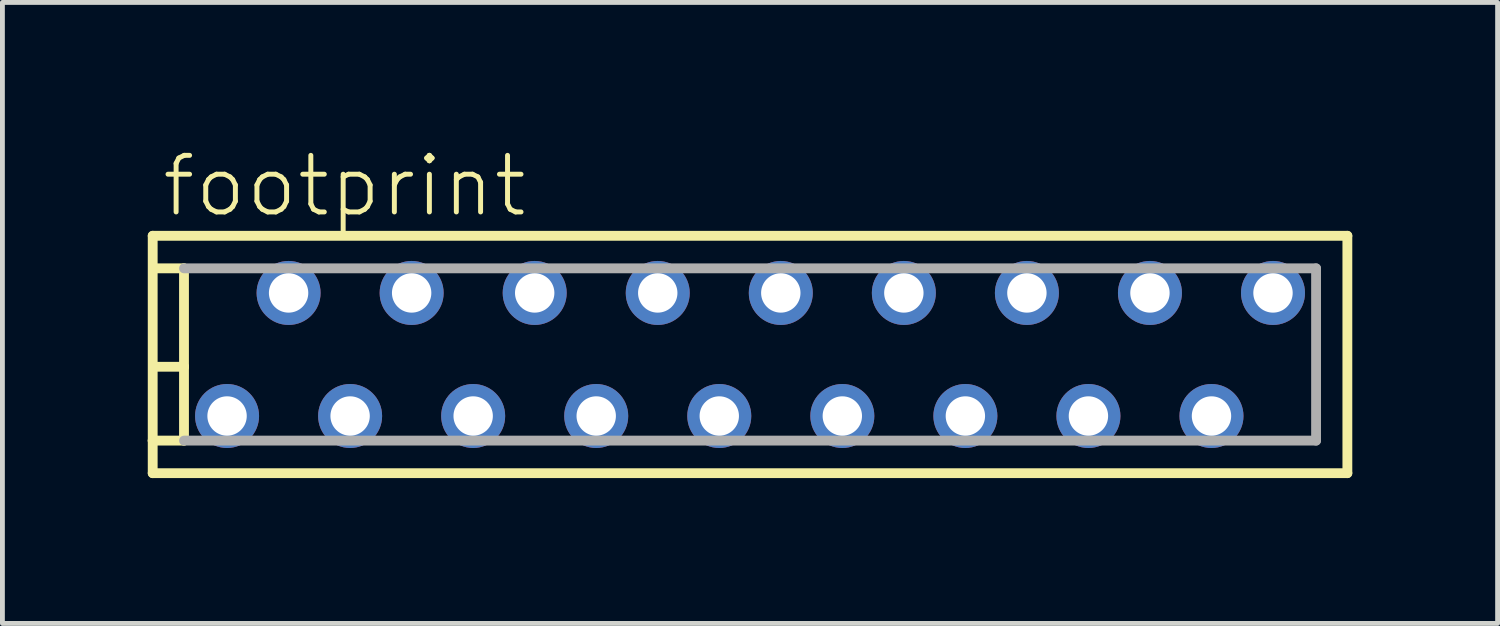
<source format=kicad_pcb>
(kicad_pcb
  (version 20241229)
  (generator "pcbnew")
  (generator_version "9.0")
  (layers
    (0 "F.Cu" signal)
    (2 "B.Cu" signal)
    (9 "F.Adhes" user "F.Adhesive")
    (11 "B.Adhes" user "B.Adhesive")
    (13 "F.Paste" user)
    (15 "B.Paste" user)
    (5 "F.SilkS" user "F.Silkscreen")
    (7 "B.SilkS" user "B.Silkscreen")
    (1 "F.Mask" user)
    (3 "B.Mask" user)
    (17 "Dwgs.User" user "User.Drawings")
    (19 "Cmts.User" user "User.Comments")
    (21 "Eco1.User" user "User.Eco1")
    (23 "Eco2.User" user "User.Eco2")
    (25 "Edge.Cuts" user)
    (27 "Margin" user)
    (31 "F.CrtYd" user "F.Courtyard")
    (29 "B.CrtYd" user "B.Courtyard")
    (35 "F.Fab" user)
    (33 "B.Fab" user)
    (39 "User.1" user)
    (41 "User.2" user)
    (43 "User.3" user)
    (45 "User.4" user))
  (footprint "footprint"
    (layer "F.Cu")
    (at 12.432 4.267)
    (property "Reference" "footprint" (at -12.192 -2.794 0) (layer "F.SilkS") (effects (font (size 1.168 1.168) (thickness 0.102)) (justify left bottom)))
    (fp_line (start -12.33 -2.45) (end -12.33 1.778) (stroke (width 0.203) (type solid)) (layer "F.SilkS"))
    (fp_line (start -12.33 1.778) (end -12.33 2.45) (stroke (width 0.203) (type solid)) (layer "F.SilkS"))
    (fp_line (start -12.33 2.45) (end 12.33 2.45) (stroke (width 0.203) (type solid)) (layer "F.SilkS"))
    (fp_line (start -12.319 -1.778) (end -11.684 -1.778) (stroke (width 0.203) (type solid)) (layer "F.SilkS"))
    (fp_line (start -12.319 0.254) (end -11.684 0.254) (stroke (width 0.203) (type solid)) (layer "F.SilkS"))
    (fp_line (start -11.684 -1.778) (end -11.684 0.254) (stroke (width 0.203) (type solid)) (layer "F.SilkS"))
    (fp_line (start -11.684 0.254) (end -11.684 1.778) (stroke (width 0.203) (type solid)) (layer "F.SilkS"))
    (fp_line (start -11.684 1.778) (end -12.33 1.778) (stroke (width 0.203) (type solid)) (layer "F.SilkS"))
    (fp_line (start 12.33 -2.45) (end -12.33 -2.45) (stroke (width 0.203) (type solid)) (layer "F.SilkS"))
    (fp_line (start 12.33 2.45) (end 12.33 -2.45) (stroke (width 0.203) (type solid)) (layer "F.SilkS"))
    (fp_line (start -11.684 -1.778) (end 11.684 -1.778) (stroke (width 0.203) (type solid)) (layer "F.Fab"))
    (fp_line (start 11.684 -1.778) (end 11.684 1.778) (stroke (width 0.203) (type solid)) (layer "F.Fab"))
    (fp_line (start 11.684 1.778) (end -11.684 1.778) (stroke (width 0.203) (type solid)) (layer "F.Fab"))
    (pad "1" thru_hole circle (at 10.795 -1.27) (size 1.321 1.321) (drill 0.813) (layers "*.Cu" "*.Mask"))
    (pad "2" thru_hole circle (at 9.525 1.27) (size 1.321 1.321) (drill 0.813) (layers "*.Cu" "*.Mask"))
    (pad "3" thru_hole circle (at 8.255 -1.27) (size 1.321 1.321) (drill 0.813) (layers "*.Cu" "*.Mask"))
    (pad "4" thru_hole circle (at 6.985 1.27) (size 1.321 1.321) (drill 0.813) (layers "*.Cu" "*.Mask"))
    (pad "5" thru_hole circle (at 5.715 -1.27) (size 1.321 1.321) (drill 0.813) (layers "*.Cu" "*.Mask"))
    (pad "6" thru_hole circle (at 4.445 1.27) (size 1.321 1.321) (drill 0.813) (layers "*.Cu" "*.Mask"))
    (pad "7" thru_hole circle (at 3.175 -1.27) (size 1.321 1.321) (drill 0.813) (layers "*.Cu" "*.Mask"))
    (pad "8" thru_hole circle (at 1.905 1.27) (size 1.321 1.321) (drill 0.813) (layers "*.Cu" "*.Mask"))
    (pad "9" thru_hole circle (at 0.635 -1.27) (size 1.321 1.321) (drill 0.813) (layers "*.Cu" "*.Mask"))
    (pad "10" thru_hole circle (at -0.635 1.27) (size 1.321 1.321) (drill 0.813) (layers "*.Cu" "*.Mask"))
    (pad "11" thru_hole circle (at -1.905 -1.27) (size 1.321 1.321) (drill 0.813) (layers "*.Cu" "*.Mask"))
    (pad "12" thru_hole circle (at -3.175 1.27) (size 1.321 1.321) (drill 0.813) (layers "*.Cu" "*.Mask"))
    (pad "13" thru_hole circle (at -4.445 -1.27) (size 1.321 1.321) (drill 0.813) (layers "*.Cu" "*.Mask"))
    (pad "14" thru_hole circle (at -5.715 1.27) (size 1.321 1.321) (drill 0.813) (layers "*.Cu" "*.Mask"))
    (pad "15" thru_hole circle (at -6.985 -1.27) (size 1.321 1.321) (drill 0.813) (layers "*.Cu" "*.Mask"))
    (pad "16" thru_hole circle (at -8.255 1.27) (size 1.321 1.321) (drill 0.813) (layers "*.Cu" "*.Mask"))
    (pad "17" thru_hole circle (at -9.525 -1.27) (size 1.321 1.321) (drill 0.813) (layers "*.Cu" "*.Mask"))
    (pad "18" thru_hole circle (at -10.795 1.27) (size 1.321 1.321) (drill 0.813) (layers "*.Cu" "*.Mask")))
  (gr_rect
    (start -3 -3)
    (end 27.863 9.819)
    (stroke (width 0.1) (type default))
    (fill no)
    (layer "Edge.Cuts")))
</source>
